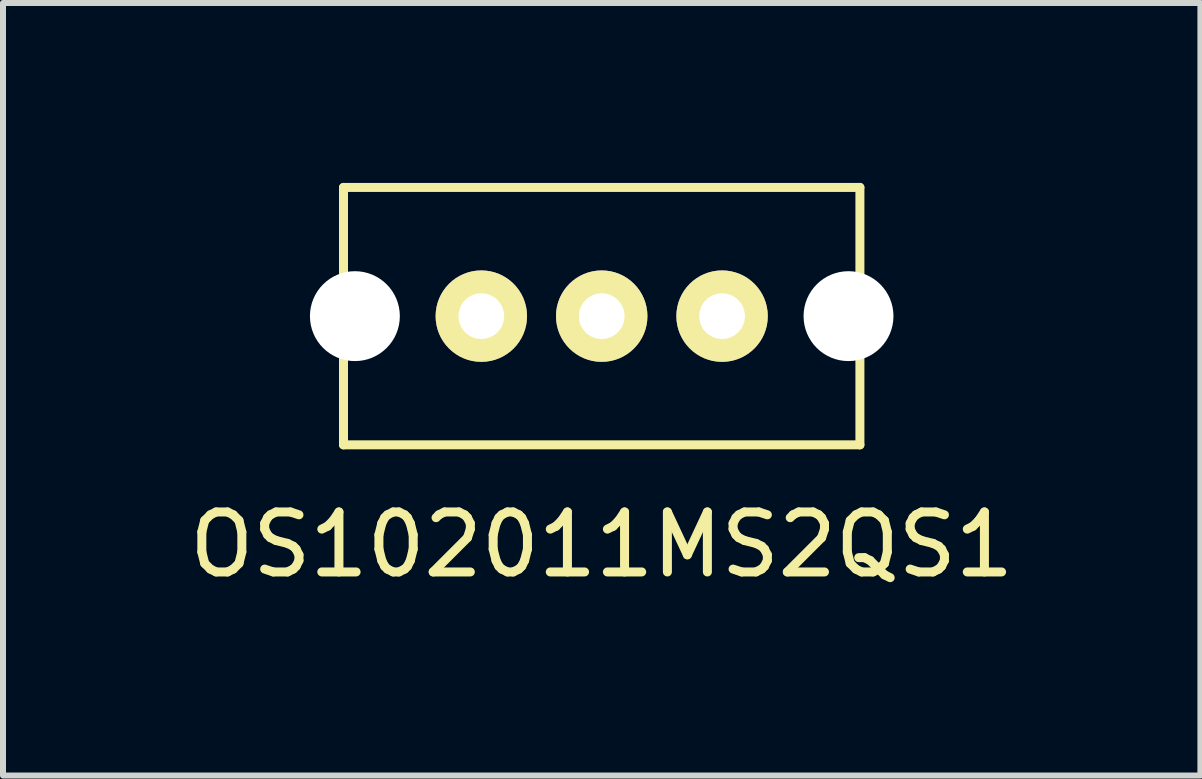
<source format=kicad_pcb>
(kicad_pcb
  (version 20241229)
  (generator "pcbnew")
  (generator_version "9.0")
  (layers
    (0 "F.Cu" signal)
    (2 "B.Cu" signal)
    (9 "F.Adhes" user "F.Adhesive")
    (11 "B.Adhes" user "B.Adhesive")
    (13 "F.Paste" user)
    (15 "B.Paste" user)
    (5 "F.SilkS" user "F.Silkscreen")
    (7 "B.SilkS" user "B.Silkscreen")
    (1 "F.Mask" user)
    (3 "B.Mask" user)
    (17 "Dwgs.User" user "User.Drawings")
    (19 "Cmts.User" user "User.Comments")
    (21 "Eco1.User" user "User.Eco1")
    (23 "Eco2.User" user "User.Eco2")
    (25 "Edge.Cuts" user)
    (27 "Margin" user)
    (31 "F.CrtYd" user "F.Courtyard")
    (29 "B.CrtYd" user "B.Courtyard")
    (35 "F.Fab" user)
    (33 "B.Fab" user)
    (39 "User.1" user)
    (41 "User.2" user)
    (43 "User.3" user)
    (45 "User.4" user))
  (footprint "OS102011MS2QS1"
    (layer "F.Cu")
    (at 6.982 2.221)
    (property "Reference" "OS102011MS2QS1" (at 0 3.81 0) (layer "F.SilkS") (effects (font (size 1 1) (thickness 0.15))))
    (attr through_hole)
    (fp_line (start -4.305 -2.146) (end 4.305 -2.146) (stroke (width 0.15) (type solid)) (layer "F.SilkS"))
    (fp_line (start -4.305 2.146) (end -4.305 -2.146) (stroke (width 0.15) (type solid)) (layer "F.SilkS"))
    (fp_line (start -4.305 2.146) (end 4.305 2.146) (stroke (width 0.15) (type solid)) (layer "F.SilkS"))
    (fp_line (start 4.305 2.146) (end 4.305 -2.146) (stroke (width 0.15) (type solid)) (layer "F.SilkS"))
    (pad "" np_thru_hole circle (at -4.115 0) (size 1.499 1.499) (drill 1.499) (layers "*.Cu"))
    (pad "" np_thru_hole circle (at 4.115 0) (size 1.499 1.499) (drill 1.499) (layers "*.Cu"))
    (pad "1" thru_hole circle (at -2.007 0) (size 1.524 1.524) (drill 0.762) (layers "*.Cu" "*.Mask" "F.SilkS"))
    (pad "2" thru_hole circle (at 0 0) (size 1.524 1.524) (drill 0.762) (layers "*.Cu" "*.Mask" "F.SilkS"))
    (pad "3" thru_hole circle (at 2.007 0) (size 1.524 1.524) (drill 0.762) (layers "*.Cu" "*.Mask" "F.SilkS")))
  (gr_rect
    (start -3 -3)
    (end 16.964 9.88)
    (stroke (width 0.1) (type default))
    (fill no)
    (layer "Edge.Cuts")))
</source>
